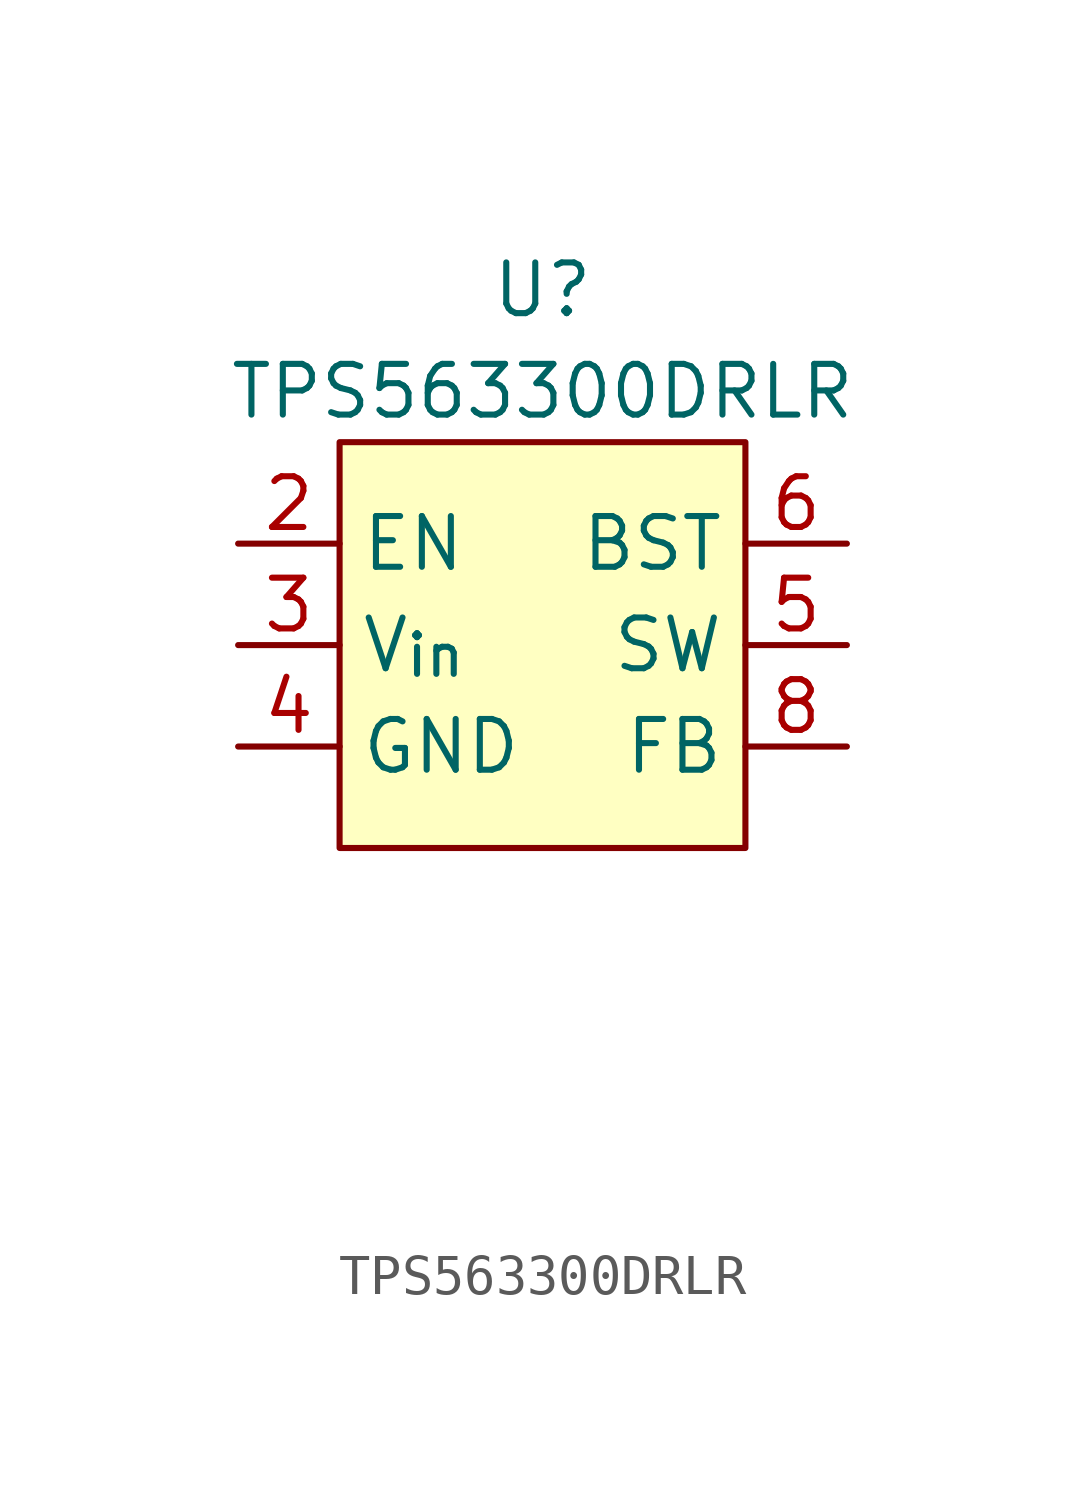
<source format=kicad_sym>
(kicad_symbol_lib
  (version 20231120)
  (generator "kicad_symbol_editor")
  (generator_version "8.0")
  (symbol "TPS563300DRLR"
    (property "Reference" "U"
      (at 0 2.54 0)
      (effects (font (size 1.27 1.27))))
    (property "Value" "TPS563300DRLR"
      (at 0 0 0)
      (effects (font (size 1.27 1.27))))
    (symbol "TPS563300DRLR_1_1"
      (rectangle (start -5.08 -1.27) (end 5.08 -11.43) (stroke (width 0) (type default)) (fill (type background)))
      (pin no_connect line (at 0 -16.51 0) (length 2.54) hide (name "NC" (effects (font (size 1.27 1.27)))) (number "1" (effects (font (size 1.27 1.27)))))
      (pin input line (at -7.62 -3.81 0) (length 2.54) (name "EN" (effects (font (size 1.27 1.27)))) (number "2" (effects (font (size 1.27 1.27)))))
      (pin power_in line (at -7.62 -6.35 0) (length 2.54) (name "V_{in}" (effects (font (size 1.27 1.27)))) (number "3" (effects (font (size 1.27 1.27)))))
      (pin power_in line (at -7.62 -8.89 0) (length 2.54) (name "GND" (effects (font (size 1.27 1.27)))) (number "4" (effects (font (size 1.27 1.27)))))
      (pin power_out line (at 7.62 -6.35 180) (length 2.54) (name "SW" (effects (font (size 1.27 1.27)))) (number "5" (effects (font (size 1.27 1.27)))))
      (pin input line (at 7.62 -3.81 180) (length 2.54) (name "BST" (effects (font (size 1.27 1.27)))) (number "6" (effects (font (size 1.27 1.27)))))
      (pin no_connect line (at 0 -19.05 0) (length 2.54) hide (name "NC" (effects (font (size 1.27 1.27)))) (number "7" (effects (font (size 1.27 1.27)))))
      (pin input line (at 7.62 -8.89 180) (length 2.54) (name "FB" (effects (font (size 1.27 1.27)))) (number "8" (effects (font (size 1.27 1.27))))))))
</source>
